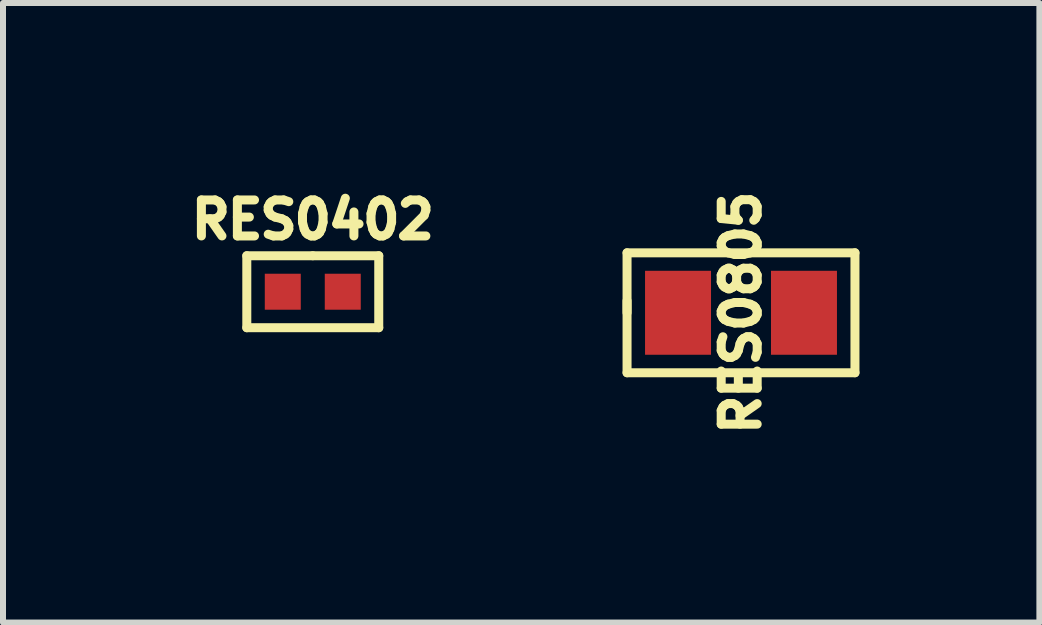
<source format=kicad_pcb>
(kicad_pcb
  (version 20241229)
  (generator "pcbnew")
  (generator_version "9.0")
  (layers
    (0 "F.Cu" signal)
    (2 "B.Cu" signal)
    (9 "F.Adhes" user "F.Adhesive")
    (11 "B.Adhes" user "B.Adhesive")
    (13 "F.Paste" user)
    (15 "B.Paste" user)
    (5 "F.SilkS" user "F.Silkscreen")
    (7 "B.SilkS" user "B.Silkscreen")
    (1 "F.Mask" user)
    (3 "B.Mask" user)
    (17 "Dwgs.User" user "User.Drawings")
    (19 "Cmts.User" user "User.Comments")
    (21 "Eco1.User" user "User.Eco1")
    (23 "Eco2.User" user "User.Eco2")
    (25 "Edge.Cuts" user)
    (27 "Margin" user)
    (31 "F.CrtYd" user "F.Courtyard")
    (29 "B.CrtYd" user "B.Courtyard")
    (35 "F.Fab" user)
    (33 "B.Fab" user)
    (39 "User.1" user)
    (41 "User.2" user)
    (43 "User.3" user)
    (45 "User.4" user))
  (footprint "RES0805"
    (layer "F.Cu")
    (at 9.305 2.165)
    (property "Reference" "RES0805" (at 0 0 90) (layer "F.SilkS") (effects (font (size 0.6 0.6) (thickness 0.15))))
    (attr smd)
    (fp_line (start -1.9 -1) (end 1.9 -1) (stroke (width 0.15) (type solid)) (layer "F.SilkS"))
    (fp_line (start -1.9 0) (end -1.9 -1) (stroke (width 0.15) (type solid)) (layer "F.SilkS"))
    (fp_line (start -1.9 1) (end -1.9 -0.2) (stroke (width 0.15) (type solid)) (layer "F.SilkS"))
    (fp_line (start 1.9 -1) (end 1.9 1) (stroke (width 0.15) (type solid)) (layer "F.SilkS"))
    (fp_line (start 1.9 1) (end -1.9 1) (stroke (width 0.15) (type solid)) (layer "F.SilkS"))
    (pad "1" smd rect (at -1.05 0) (size 1.1 1.4) (layers "F.Cu" "F.Mask" "F.Paste"))
    (pad "2" smd rect (at 1.05 0) (size 1.1 1.4) (layers "F.Cu" "F.Mask" "F.Paste")))
  (footprint "RES0402"
    (layer "F.Cu")
    (at 2.165 1.814)
    (property "Reference" "RES0402" (at 0 -1.2 0) (layer "F.SilkS") (effects (font (size 0.6 0.6) (thickness 0.15))))
    (attr smd)
    (fp_line (start -1.1 -0.6) (end 0 -0.6) (stroke (width 0.15) (type solid)) (layer "F.SilkS"))
    (fp_line (start -1.1 0.6) (end -1.1 -0.6) (stroke (width 0.15) (type solid)) (layer "F.SilkS"))
    (fp_line (start 0 -0.6) (end 1.1 -0.6) (stroke (width 0.15) (type solid)) (layer "F.SilkS"))
    (fp_line (start 1.1 -0.6) (end 1.1 0.6) (stroke (width 0.15) (type solid)) (layer "F.SilkS"))
    (fp_line (start 1.1 0.6) (end -1.1 0.6) (stroke (width 0.15) (type solid)) (layer "F.SilkS"))
    (pad "1" smd rect (at -0.5 0) (size 0.6 0.6) (layers "F.Cu" "F.Mask" "F.Paste"))
    (pad "2" smd rect (at 0.5 0) (size 0.6 0.6) (layers "F.Cu" "F.Mask" "F.Paste")))
  (gr_rect
    (start -3 -3)
    (end 14.28 7.33)
    (stroke (width 0.1) (type default))
    (fill no)
    (layer "Edge.Cuts")))
</source>
